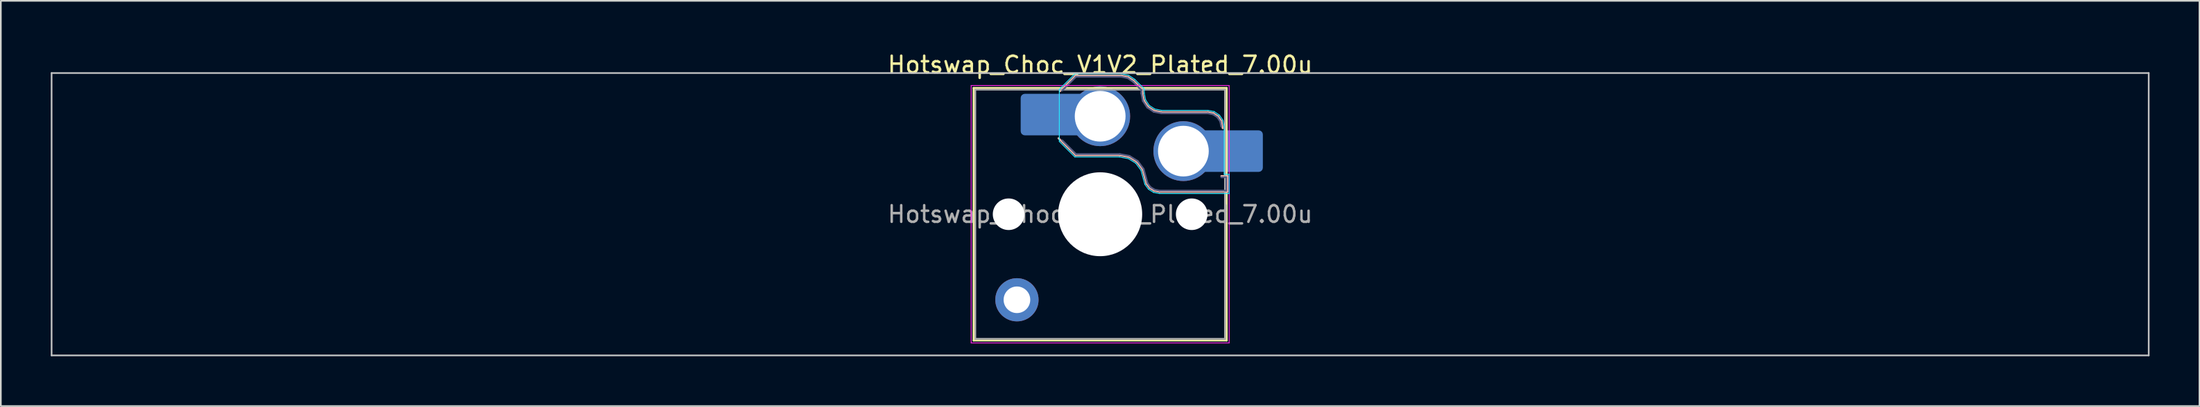
<source format=kicad_pcb>
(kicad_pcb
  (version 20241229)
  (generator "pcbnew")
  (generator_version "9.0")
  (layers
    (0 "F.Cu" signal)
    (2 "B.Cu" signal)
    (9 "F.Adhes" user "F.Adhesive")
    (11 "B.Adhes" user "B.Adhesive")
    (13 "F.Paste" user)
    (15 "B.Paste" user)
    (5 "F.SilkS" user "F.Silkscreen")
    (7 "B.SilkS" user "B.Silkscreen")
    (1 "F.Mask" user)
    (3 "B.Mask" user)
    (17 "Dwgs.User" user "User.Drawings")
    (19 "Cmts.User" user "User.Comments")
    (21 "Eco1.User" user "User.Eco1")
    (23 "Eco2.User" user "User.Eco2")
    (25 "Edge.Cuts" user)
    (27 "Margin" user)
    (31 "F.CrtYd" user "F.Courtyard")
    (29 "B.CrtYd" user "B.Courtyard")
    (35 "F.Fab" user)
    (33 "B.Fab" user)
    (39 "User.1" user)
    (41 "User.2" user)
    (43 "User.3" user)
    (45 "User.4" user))
  (footprint "Hotswap_Choc_V1V2_Plated_7.00u"
    (layer "F.Cu")
    (at 63.05 9.848)
    (property "Reference" "Hotswap_Choc_V1V2_Plated_7.00u" (at 0 -9 0) (layer "F.SilkS") (effects (font (size 1 1) (thickness 0.15))))
    (attr smd)
    (fp_line (start -7.6 -7.6) (end -7.6 7.6) (stroke (width 0.12) (type solid)) (layer "F.SilkS"))
    (fp_line (start -7.6 7.6) (end 7.6 7.6) (stroke (width 0.12) (type solid)) (layer "F.SilkS"))
    (fp_line (start 7.6 -7.6) (end -7.6 -7.6) (stroke (width 0.12) (type solid)) (layer "F.SilkS"))
    (fp_line (start 7.6 7.6) (end 7.6 -7.6) (stroke (width 0.12) (type solid)) (layer "F.SilkS"))
    (fp_line (start -2.416 -7.409) (end -1.479 -8.346) (stroke (width 0.12) (type solid)) (layer "B.SilkS"))
    (fp_line (start -1.479 -8.346) (end 1.268 -8.346) (stroke (width 0.12) (type solid)) (layer "B.SilkS"))
    (fp_line (start -1.479 -3.554) (end -2.5 -4.575) (stroke (width 0.12) (type solid)) (layer "B.SilkS"))
    (fp_line (start 1.168 -3.554) (end -1.479 -3.554) (stroke (width 0.12) (type solid)) (layer "B.SilkS"))
    (fp_line (start 1.268 -8.346) (end 1.671 -8.266) (stroke (width 0.12) (type solid)) (layer "B.SilkS"))
    (fp_line (start 1.671 -8.266) (end 2.013 -8.037) (stroke (width 0.12) (type solid)) (layer "B.SilkS"))
    (fp_line (start 1.73 -3.449) (end 1.168 -3.554) (stroke (width 0.12) (type solid)) (layer "B.SilkS"))
    (fp_line (start 2.013 -8.037) (end 2.546 -7.504) (stroke (width 0.12) (type solid)) (layer "B.SilkS"))
    (fp_line (start 2.209 -3.15) (end 1.73 -3.449) (stroke (width 0.12) (type solid)) (layer "B.SilkS"))
    (fp_line (start 2.546 -7.504) (end 2.546 -7.282) (stroke (width 0.12) (type solid)) (layer "B.SilkS"))
    (fp_line (start 2.546 -7.282) (end 2.633 -6.844) (stroke (width 0.12) (type solid)) (layer "B.SilkS"))
    (fp_line (start 2.547 -2.697) (end 2.209 -3.15) (stroke (width 0.12) (type solid)) (layer "B.SilkS"))
    (fp_line (start 2.633 -6.844) (end 2.877 -6.477) (stroke (width 0.12) (type solid)) (layer "B.SilkS"))
    (fp_line (start 2.701 -2.139) (end 2.547 -2.697) (stroke (width 0.12) (type solid)) (layer "B.SilkS"))
    (fp_line (start 2.783 -1.841) (end 2.701 -2.139) (stroke (width 0.12) (type solid)) (layer "B.SilkS"))
    (fp_line (start 2.877 -6.477) (end 3.244 -6.233) (stroke (width 0.12) (type solid)) (layer "B.SilkS"))
    (fp_line (start 2.976 -1.583) (end 2.783 -1.841) (stroke (width 0.12) (type solid)) (layer "B.SilkS"))
    (fp_line (start 3.244 -6.233) (end 3.682 -6.146) (stroke (width 0.12) (type solid)) (layer "B.SilkS"))
    (fp_line (start 3.25 -1.413) (end 2.976 -1.583) (stroke (width 0.12) (type solid)) (layer "B.SilkS"))
    (fp_line (start 3.56 -1.354) (end 3.25 -1.413) (stroke (width 0.12) (type solid)) (layer "B.SilkS"))
    (fp_line (start 3.682 -6.146) (end 6.482 -6.146) (stroke (width 0.12) (type solid)) (layer "B.SilkS"))
    (fp_line (start 6.482 -6.146) (end 6.809 -6.081) (stroke (width 0.12) (type solid)) (layer "B.SilkS"))
    (fp_line (start 6.809 -6.081) (end 7.092 -5.892) (stroke (width 0.12) (type solid)) (layer "B.SilkS"))
    (fp_line (start 7.092 -5.892) (end 7.281 -5.609) (stroke (width 0.12) (type solid)) (layer "B.SilkS"))
    (fp_line (start 7.281 -5.609) (end 7.366 -5.182) (stroke (width 0.12) (type solid)) (layer "B.SilkS"))
    (fp_line (start 7.283 -2.296) (end 7.646 -2.296) (stroke (width 0.12) (type solid)) (layer "B.SilkS"))
    (fp_line (start 7.646 -2.296) (end 7.646 -1.354) (stroke (width 0.12) (type solid)) (layer "B.SilkS"))
    (fp_line (start 7.646 -1.354) (end 3.56 -1.354) (stroke (width 0.12) (type solid)) (layer "B.SilkS"))
    (fp_line (start -63 -8.5) (end -63 8.5) (stroke (width 0.1) (type solid)) (layer "Dwgs.User"))
    (fp_line (start -63 8.5) (end 63 8.5) (stroke (width 0.1) (type solid)) (layer "Dwgs.User"))
    (fp_line (start 63 -8.5) (end -63 -8.5) (stroke (width 0.1) (type solid)) (layer "Dwgs.User"))
    (fp_line (start 63 8.5) (end 63 -8.5) (stroke (width 0.1) (type solid)) (layer "Dwgs.User"))
    (fp_line (start -7.25 -7.25) (end -7.25 7.25) (stroke (width 0.1) (type solid)) (layer "Eco1.User"))
    (fp_line (start -7.25 7.25) (end 7.25 7.25) (stroke (width 0.1) (type solid)) (layer "Eco1.User"))
    (fp_line (start 7.25 -7.25) (end -7.25 -7.25) (stroke (width 0.1) (type solid)) (layer "Eco1.User"))
    (fp_line (start 7.25 7.25) (end 7.25 -7.25) (stroke (width 0.1) (type solid)) (layer "Eco1.User"))
    (fp_line (start -2.452 -7.523) (end -1.523 -8.452) (stroke (width 0.05) (type solid)) (layer "B.CrtYd"))
    (fp_line (start -2.452 -4.377) (end -2.452 -7.523) (stroke (width 0.05) (type solid)) (layer "B.CrtYd"))
    (fp_line (start -1.523 -8.452) (end 1.278 -8.452) (stroke (width 0.05) (type solid)) (layer "B.CrtYd"))
    (fp_line (start -1.523 -3.448) (end -2.452 -4.377) (stroke (width 0.05) (type solid)) (layer "B.CrtYd"))
    (fp_line (start 1.159 -3.448) (end -1.523 -3.448) (stroke (width 0.05) (type solid)) (layer "B.CrtYd"))
    (fp_line (start 1.278 -8.452) (end 1.712 -8.366) (stroke (width 0.05) (type solid)) (layer "B.CrtYd"))
    (fp_line (start 1.691 -3.348) (end 1.159 -3.448) (stroke (width 0.05) (type solid)) (layer "B.CrtYd"))
    (fp_line (start 1.712 -8.366) (end 2.081 -8.119) (stroke (width 0.05) (type solid)) (layer "B.CrtYd"))
    (fp_line (start 2.081 -8.119) (end 2.652 -7.548) (stroke (width 0.05) (type solid)) (layer "B.CrtYd"))
    (fp_line (start 2.136 -3.071) (end 1.691 -3.348) (stroke (width 0.05) (type solid)) (layer "B.CrtYd"))
    (fp_line (start 2.45 -2.65) (end 2.136 -3.071) (stroke (width 0.05) (type solid)) (layer "B.CrtYd"))
    (fp_line (start 2.599 -2.111) (end 2.45 -2.65) (stroke (width 0.05) (type solid)) (layer "B.CrtYd"))
    (fp_line (start 2.652 -7.548) (end 2.652 -7.292) (stroke (width 0.05) (type solid)) (layer "B.CrtYd"))
    (fp_line (start 2.652 -7.292) (end 2.733 -6.885) (stroke (width 0.05) (type solid)) (layer "B.CrtYd"))
    (fp_line (start 2.687 -1.794) (end 2.599 -2.111) (stroke (width 0.05) (type solid)) (layer "B.CrtYd"))
    (fp_line (start 2.733 -6.885) (end 2.953 -6.553) (stroke (width 0.05) (type solid)) (layer "B.CrtYd"))
    (fp_line (start 2.903 -1.503) (end 2.687 -1.794) (stroke (width 0.05) (type solid)) (layer "B.CrtYd"))
    (fp_line (start 2.953 -6.553) (end 3.285 -6.333) (stroke (width 0.05) (type solid)) (layer "B.CrtYd"))
    (fp_line (start 3.211 -1.312) (end 2.903 -1.503) (stroke (width 0.05) (type solid)) (layer "B.CrtYd"))
    (fp_line (start 3.285 -6.333) (end 3.692 -6.252) (stroke (width 0.05) (type solid)) (layer "B.CrtYd"))
    (fp_line (start 3.55 -1.248) (end 3.211 -1.312) (stroke (width 0.05) (type solid)) (layer "B.CrtYd"))
    (fp_line (start 3.692 -6.252) (end 6.492 -6.252) (stroke (width 0.05) (type solid)) (layer "B.CrtYd"))
    (fp_line (start 6.492 -6.252) (end 6.85 -6.181) (stroke (width 0.05) (type solid)) (layer "B.CrtYd"))
    (fp_line (start 6.85 -6.181) (end 7.168 -5.968) (stroke (width 0.05) (type solid)) (layer "B.CrtYd"))
    (fp_line (start 7.168 -5.968) (end 7.381 -5.65) (stroke (width 0.05) (type solid)) (layer "B.CrtYd"))
    (fp_line (start 7.381 -5.65) (end 7.452 -5.292) (stroke (width 0.05) (type solid)) (layer "B.CrtYd"))
    (fp_line (start 7.452 -5.292) (end 7.452 -2.402) (stroke (width 0.05) (type solid)) (layer "B.CrtYd"))
    (fp_line (start 7.452 -2.402) (end 7.752 -2.402) (stroke (width 0.05) (type solid)) (layer "B.CrtYd"))
    (fp_line (start 7.752 -2.402) (end 7.752 -1.248) (stroke (width 0.05) (type solid)) (layer "B.CrtYd"))
    (fp_line (start 7.752 -1.248) (end 3.55 -1.248) (stroke (width 0.05) (type solid)) (layer "B.CrtYd"))
    (fp_line (start -7.75 -7.75) (end -7.75 7.75) (stroke (width 0.05) (type solid)) (layer "F.CrtYd"))
    (fp_line (start -7.75 7.75) (end 7.75 7.75) (stroke (width 0.05) (type solid)) (layer "F.CrtYd"))
    (fp_line (start 7.75 -7.75) (end -7.75 -7.75) (stroke (width 0.05) (type solid)) (layer "F.CrtYd"))
    (fp_line (start 7.75 7.75) (end 7.75 -7.75) (stroke (width 0.05) (type solid)) (layer "F.CrtYd"))
    (fp_line (start -2.275 -7.45) (end -1.45 -8.275) (stroke (width 0.1) (type solid)) (layer "B.Fab"))
    (fp_line (start -1.45 -8.275) (end 1.261 -8.275) (stroke (width 0.1) (type solid)) (layer "B.Fab"))
    (fp_line (start -1.45 -3.625) (end -2.275 -4.45) (stroke (width 0.1) (type solid)) (layer "B.Fab"))
    (fp_line (start 1.175 -3.625) (end -1.45 -3.625) (stroke (width 0.1) (type solid)) (layer "B.Fab"))
    (fp_line (start 1.261 -8.275) (end 1.643 -8.199) (stroke (width 0.1) (type solid)) (layer "B.Fab"))
    (fp_line (start 1.643 -8.199) (end 1.968 -7.982) (stroke (width 0.1) (type solid)) (layer "B.Fab"))
    (fp_line (start 1.756 -3.516) (end 1.175 -3.625) (stroke (width 0.1) (type solid)) (layer "B.Fab"))
    (fp_line (start 1.968 -7.982) (end 2.475 -7.475) (stroke (width 0.1) (type solid)) (layer "B.Fab"))
    (fp_line (start 2.258 -3.203) (end 1.756 -3.516) (stroke (width 0.1) (type solid)) (layer "B.Fab"))
    (fp_line (start 2.475 -7.475) (end 2.475 -7.275) (stroke (width 0.1) (type solid)) (layer "B.Fab"))
    (fp_line (start 2.475 -7.275) (end 2.566 -6.816) (stroke (width 0.1) (type solid)) (layer "B.Fab"))
    (fp_line (start 2.566 -6.816) (end 2.826 -6.426) (stroke (width 0.1) (type solid)) (layer "B.Fab"))
    (fp_line (start 2.612 -2.729) (end 2.258 -3.203) (stroke (width 0.1) (type solid)) (layer "B.Fab"))
    (fp_line (start 2.769 -2.158) (end 2.612 -2.729) (stroke (width 0.1) (type solid)) (layer "B.Fab"))
    (fp_line (start 2.826 -6.426) (end 3.216 -6.166) (stroke (width 0.1) (type solid)) (layer "B.Fab"))
    (fp_line (start 2.848 -1.873) (end 2.769 -2.158) (stroke (width 0.1) (type solid)) (layer "B.Fab"))
    (fp_line (start 3.025 -1.636) (end 2.848 -1.873) (stroke (width 0.1) (type solid)) (layer "B.Fab"))
    (fp_line (start 3.216 -6.166) (end 3.675 -6.075) (stroke (width 0.1) (type solid)) (layer "B.Fab"))
    (fp_line (start 3.276 -1.48) (end 3.025 -1.636) (stroke (width 0.1) (type solid)) (layer "B.Fab"))
    (fp_line (start 3.567 -1.425) (end 3.276 -1.48) (stroke (width 0.1) (type solid)) (layer "B.Fab"))
    (fp_line (start 3.675 -6.075) (end 6.475 -6.075) (stroke (width 0.1) (type solid)) (layer "B.Fab"))
    (fp_line (start 6.475 -6.075) (end 6.781 -6.014) (stroke (width 0.1) (type solid)) (layer "B.Fab"))
    (fp_line (start 6.781 -6.014) (end 7.041 -5.841) (stroke (width 0.1) (type solid)) (layer "B.Fab"))
    (fp_line (start 7.041 -5.841) (end 7.214 -5.581) (stroke (width 0.1) (type solid)) (layer "B.Fab"))
    (fp_line (start 7.214 -5.581) (end 7.275 -5.275) (stroke (width 0.1) (type solid)) (layer "B.Fab"))
    (fp_line (start 7.275 -2.225) (end 7.575 -2.225) (stroke (width 0.1) (type solid)) (layer "B.Fab"))
    (fp_line (start 7.575 -2.225) (end 7.575 -1.425) (stroke (width 0.1) (type solid)) (layer "B.Fab"))
    (fp_line (start 7.575 -1.425) (end 3.567 -1.425) (stroke (width 0.1) (type solid)) (layer "B.Fab"))
    (fp_line (start -7.5 -7.5) (end -7.5 7.5) (stroke (width 0.1) (type solid)) (layer "F.Fab"))
    (fp_line (start -7.5 7.5) (end 7.5 7.5) (stroke (width 0.1) (type solid)) (layer "F.Fab"))
    (fp_line (start 7.5 -7.5) (end -7.5 -7.5) (stroke (width 0.1) (type solid)) (layer "F.Fab"))
    (fp_line (start 7.5 7.5) (end 7.5 -7.5) (stroke (width 0.1) (type solid)) (layer "F.Fab"))
    (fp_text user "${REFERENCE}" (at 0 0 0) (layer "F.Fab") (effects (font (size 1 1) (thickness 0.15))))
    (pad "" np_thru_hole circle (at -5.5 0) (size 1.9 1.9) (drill 1.9) (layers "*.Cu" "*.Mask"))
    (pad "" thru_hole circle (at -5 5.15) (size 2.6 2.6) (drill 1.6) (layers "*.Cu" "*.Mask"))
    (pad "" smd roundrect (at -3.5 -6) (size 2.55 2.5) (layers "B.Mask" "B.Paste") (roundrect_rratio 0.1))
    (pad "" np_thru_hole circle (at 0 0) (size 5.05 5.05) (drill 5.05) (layers "*.Cu" "*.Mask"))
    (pad "" np_thru_hole circle (at 5.5 0) (size 1.9 1.9) (drill 1.9) (layers "*.Cu" "*.Mask"))
    (pad "" smd roundrect (at 8.5 -3.8) (size 2.55 2.5) (layers "B.Mask" "B.Paste") (roundrect_rratio 0.1))
    (pad "1" smd roundrect (at -2.85 -6) (size 3.85 2.5) (layers "B.Cu") (roundrect_rratio 0.1))
    (pad "1" thru_hole circle (at 0 -5.9) (size 3.6 3.6) (drill 3.05) (layers "*.Cu" "*.Mask"))
    (pad "2" thru_hole circle (at 5 -3.8) (size 3.6 3.6) (drill 3.05) (layers "*.Cu" "*.Mask"))
    (pad "2" smd roundrect (at 7.85 -3.8) (size 3.85 2.5) (layers "B.Cu") (roundrect_rratio 0.1)))
  (gr_rect
    (start -3 -3)
    (end 129.1 21.398)
    (stroke (width 0.1) (type default))
    (fill no)
    (layer "Edge.Cuts")))
</source>
